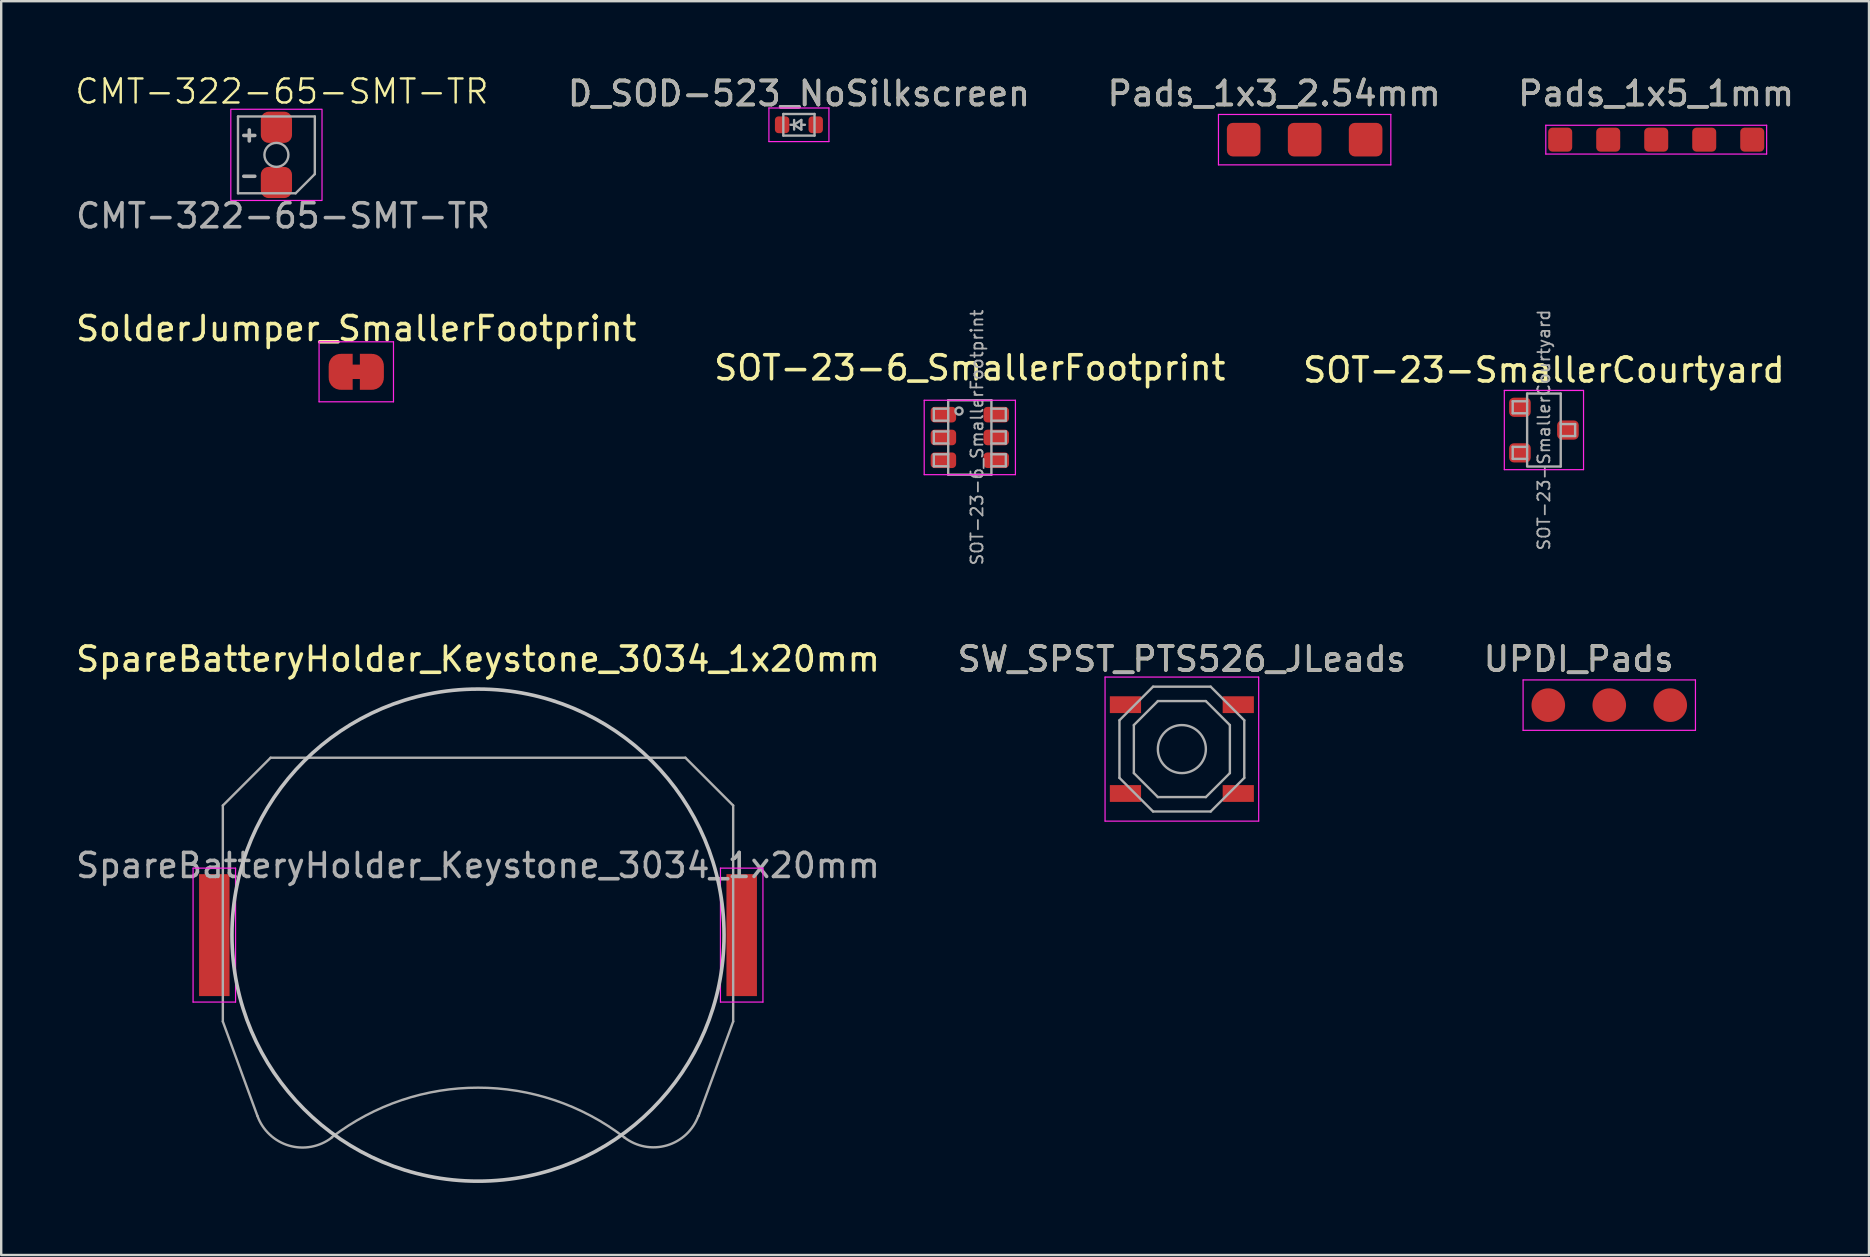
<source format=kicad_pcb>
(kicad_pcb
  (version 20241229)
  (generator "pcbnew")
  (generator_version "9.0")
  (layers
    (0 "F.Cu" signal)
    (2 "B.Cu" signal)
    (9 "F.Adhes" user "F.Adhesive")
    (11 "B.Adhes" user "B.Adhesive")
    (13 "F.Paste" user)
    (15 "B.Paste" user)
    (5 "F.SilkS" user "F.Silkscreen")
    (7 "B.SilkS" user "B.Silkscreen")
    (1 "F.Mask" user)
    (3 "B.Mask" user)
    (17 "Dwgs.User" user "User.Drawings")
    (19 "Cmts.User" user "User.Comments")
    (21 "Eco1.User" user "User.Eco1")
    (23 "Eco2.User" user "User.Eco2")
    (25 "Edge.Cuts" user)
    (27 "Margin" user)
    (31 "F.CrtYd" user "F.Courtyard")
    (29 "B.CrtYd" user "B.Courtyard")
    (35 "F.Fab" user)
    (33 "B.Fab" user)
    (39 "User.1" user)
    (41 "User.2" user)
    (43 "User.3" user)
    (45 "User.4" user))
  (footprint "SolderJumper_SmallerFootprint"
    (layer "F.Cu")
    (at 11.792 12.439)
    (property "Reference" "SolderJumper_SmallerFootprint" (at 0 -1.8 180) (layer "F.SilkS") (effects (font (size 1 1) (thickness 0.15))))
    (attr exclude_from_pos_files exclude_from_bom)
    (fp_poly (pts (xy 0.25 -0.3) (xy -0.25 -0.3) (xy -0.25 0.3) (xy 0.25 0.3)) (stroke (width 0) (type solid)) (fill yes) (layer "F.Cu"))
    (fp_line (start -1.55 -1.25) (end -1.55 1.25) (stroke (width 0.05) (type solid)) (layer "F.CrtYd"))
    (fp_line (start -1.55 -1.25) (end 1.55 -1.25) (stroke (width 0.05) (type solid)) (layer "F.CrtYd"))
    (fp_line (start 1.55 1.25) (end -1.55 1.25) (stroke (width 0.05) (type solid)) (layer "F.CrtYd"))
    (fp_line (start 1.55 1.25) (end 1.55 -1.25) (stroke (width 0.05) (type solid)) (layer "F.CrtYd"))
    (pad "1" smd custom (at -0.65 0) (size 1 0.5) (layers "F.Cu" "F.Mask") (options (anchor rect)) (primitives (gr_circle (center 0 0.25) (end 0.5 0.25) (width 0) (fill yes)) (gr_circle (center 0 -0.25) (end 0.5 -0.25) (width 0) (fill yes)) (gr_poly (pts (xy 0.5 0.75) (xy 0 0.75) (xy 0 -0.75) (xy 0.5 -0.75)) (width 0) (fill yes))))
    (pad "2" smd custom (at 0.65 0) (size 1 0.5) (layers "F.Cu" "F.Mask") (options (anchor rect)) (primitives (gr_circle (center 0 0.25) (end 0.5 0.25) (width 0) (fill yes)) (gr_circle (center 0 -0.25) (end 0.5 -0.25) (width 0) (fill yes)) (gr_poly (pts (xy 0 0.75) (xy -0.5 0.75) (xy -0.5 -0.75) (xy 0 -0.75)) (width 0) (fill yes)))))
  (footprint "SOT-23-SmallerCourtyard"
    (layer "F.Cu")
    (at 61.268 14.865)
    (property "Reference" "SOT-23-SmallerCourtyard" (at 0 -2.5 0) (layer "F.SilkS") (effects (font (size 1 1) (thickness 0.15))))
    (attr smd)
    (fp_line (start -1.65 -1.65) (end 1.65 -1.65) (stroke (width 0.05) (type solid)) (layer "F.CrtYd"))
    (fp_line (start -1.65 1.65) (end -1.65 -1.65) (stroke (width 0.05) (type solid)) (layer "F.CrtYd"))
    (fp_line (start 1.65 -1.65) (end 1.65 1.65) (stroke (width 0.05) (type solid)) (layer "F.CrtYd"))
    (fp_line (start 1.65 1.65) (end -1.65 1.65) (stroke (width 0.05) (type solid)) (layer "F.CrtYd"))
    (fp_line (start -1.3 -1.2) (end -1.3 -0.7) (stroke (width 0.1) (type solid)) (layer "F.Fab"))
    (fp_line (start -1.3 0.7) (end -1.3 1.2) (stroke (width 0.1) (type solid)) (layer "F.Fab"))
    (fp_line (start -1.3 1.2) (end -0.7 1.2) (stroke (width 0.1) (type solid)) (layer "F.Fab"))
    (fp_line (start -1.3 -0.7) (end -0.7 -0.7) (stroke (width 0.1) (type solid)) (layer "F.Fab"))
    (fp_line (start -0.7 1.52) (end 0.7 1.52) (stroke (width 0.1) (type solid)) (layer "F.Fab"))
    (fp_line (start -0.7 -1.52) (end -0.7 1.5) (stroke (width 0.1) (type solid)) (layer "F.Fab"))
    (fp_line (start -0.7 -1.52) (end 0.7 -1.52) (stroke (width 0.1) (type solid)) (layer "F.Fab"))
    (fp_line (start -0.7 -1.2) (end -1.3 -1.2) (stroke (width 0.1) (type solid)) (layer "F.Fab"))
    (fp_line (start -0.7 0.7) (end -1.3 0.7) (stroke (width 0.1) (type solid)) (layer "F.Fab"))
    (fp_line (start 0.7 -1.52) (end 0.7 1.52) (stroke (width 0.1) (type solid)) (layer "F.Fab"))
    (fp_line (start 0.7 0.25) (end 1.3 0.25) (stroke (width 0.1) (type solid)) (layer "F.Fab"))
    (fp_line (start 1.3 -0.25) (end 0.7 -0.25) (stroke (width 0.1) (type solid)) (layer "F.Fab"))
    (fp_line (start 1.3 0.25) (end 1.3 -0.25) (stroke (width 0.1) (type solid)) (layer "F.Fab"))
    (fp_text user "${REFERENCE}" (at 0 0 90) (layer "F.Fab") (effects (font (size 0.5 0.5) (thickness 0.075))))
    (pad "1" smd roundrect (at -1 -0.95) (size 0.9 0.8) (layers "F.Cu" "F.Mask" "F.Paste") (roundrect_rratio 0.25))
    (pad "2" smd roundrect (at -1 0.95) (size 0.9 0.8) (layers "F.Cu" "F.Mask" "F.Paste") (roundrect_rratio 0.25))
    (pad "3" smd roundrect (at 1 0) (size 0.9 0.8) (layers "F.Cu" "F.Mask" "F.Paste") (roundrect_rratio 0.25)))
  (footprint "Pads_1x3_2.54mm"
    (layer "F.Cu")
    (at 48.76 2.768)
    (property "Reference" "Pads_1x3_2.54mm" (at 1.27 -1.92 0) (layer "F.SilkS") (effects (font (size 1 1) (thickness 0.15))))
    (attr smd)
    (fp_line (start -1.05 -1.05) (end -1.05 1.05) (stroke (width 0.05) (type solid)) (layer "F.CrtYd"))
    (fp_line (start -1.05 1.05) (end 6.13 1.05) (stroke (width 0.05) (type solid)) (layer "F.CrtYd"))
    (fp_line (start 6.13 -1.05) (end -1.05 -1.05) (stroke (width 0.05) (type solid)) (layer "F.CrtYd"))
    (fp_line (start 6.13 1.05) (end 6.13 -1.05) (stroke (width 0.05) (type solid)) (layer "F.CrtYd"))
    (fp_text user "${REFERENCE}" (at 1.27 -1.92 0) (layer "F.Fab") (effects (font (size 1 1) (thickness 0.15))))
    (pad "1" smd roundrect (at 0 0) (size 1.4 1.4) (layers "F.Cu" "F.Mask") (roundrect_rratio 0.179))
    (pad "2" smd roundrect (at 2.54 0) (size 1.4 1.4) (layers "F.Cu" "F.Mask") (roundrect_rratio 0.179))
    (pad "3" smd roundrect (at 5.08 0) (size 1.4 1.4) (layers "F.Cu" "F.Mask") (roundrect_rratio 0.179)))
  (footprint "Pads_1x5_1mm"
    (layer "F.Cu")
    (at 65.946 2.768)
    (property "Reference" "Pads_1x5_1mm" (at 0 -1.92 180) (layer "F.SilkS") (effects (font (size 1 1) (thickness 0.15))))
    (attr through_hole)
    (fp_line (start -4.6 -0.6) (end -4.6 0.6) (stroke (width 0.05) (type solid)) (layer "F.CrtYd"))
    (fp_line (start -4.6 0.6) (end 4.6 0.6) (stroke (width 0.05) (type solid)) (layer "F.CrtYd"))
    (fp_line (start 4.6 -0.6) (end -4.6 -0.6) (stroke (width 0.05) (type solid)) (layer "F.CrtYd"))
    (fp_line (start 4.6 0.6) (end 4.6 -0.6) (stroke (width 0.05) (type solid)) (layer "F.CrtYd"))
    (fp_text user "${REFERENCE}" (at 0 -1.92 180) (layer "F.Fab") (effects (font (size 1 1) (thickness 0.15))))
    (pad "1" smd roundrect (at -4 0) (size 1 1) (layers "F.Cu" "F.Mask") (roundrect_rratio 0.179))
    (pad "2" smd roundrect (at -2 0) (size 1 1) (layers "F.Cu" "F.Mask") (roundrect_rratio 0.179))
    (pad "3" smd roundrect (at 0 0) (size 1 1) (layers "F.Cu" "F.Mask") (roundrect_rratio 0.179))
    (pad "4" smd roundrect (at 2 0) (size 1 1) (layers "F.Cu" "F.Mask") (roundrect_rratio 0.179))
    (pad "5" smd roundrect (at 4 0) (size 1 1) (layers "F.Cu" "F.Mask") (roundrect_rratio 0.179)))
  (footprint "CMT-322-65-SMT-TR"
    (layer "F.Cu")
    (at 8.465 3.402)
    (property "Reference" "CMT-322-65-SMT-TR" (at 0.229 -2.642 0) (unlocked yes) (layer "F.SilkS") (effects (font (size 1 1) (thickness 0.1))))
    (attr smd)
    (fp_rect (start -1.9 -1.9) (end 1.9 1.9) (stroke (width 0.05) (type default)) (fill no) (layer "F.CrtYd"))
    (fp_line (start -1.6 1.6) (end -1.6 -1.6) (stroke (width 0.1) (type default)) (layer "F.Fab"))
    (fp_line (start 0.8 1.6) (end -1.6 1.6) (stroke (width 0.1) (type default)) (layer "F.Fab"))
    (fp_line (start 1.6 -1.6) (end -1.6 -1.6) (stroke (width 0.1) (type default)) (layer "F.Fab"))
    (fp_line (start 1.6 0.8) (end 0.8 1.6) (stroke (width 0.1) (type default)) (layer "F.Fab"))
    (fp_line (start 1.6 0.8) (end 1.6 -1.6) (stroke (width 0.1) (type default)) (layer "F.Fab"))
    (fp_circle (center 0 0) (end 0.5 0) (stroke (width 0.1) (type default)) (fill no) (layer "F.Fab"))
    (fp_text user "${REFERENCE}" (at 0.279 2.54 0) (unlocked yes) (layer "F.Fab") (effects (font (size 1 1) (thickness 0.15))))
    (fp_text user "+" (at -1.6 -0.5 0) (unlocked yes) (layer "F.Fab") (effects (font (size 0.6 0.6) (thickness 0.15)) (justify left bottom)))
    (fp_text user "-" (at -1.6 1.2 0) (unlocked yes) (layer "F.Fab") (effects (font (size 0.6 0.6) (thickness 0.15)) (justify left bottom)))
    (pad "1" smd roundrect (at 0 -1.15) (size 1.3 1.3) (layers "F.Cu" "F.Mask" "F.Paste") (roundrect_rratio 0.25))
    (pad "2" smd roundrect (at 0 1.15) (size 1.3 1.3) (layers "F.Cu" "F.Mask" "F.Paste") (roundrect_rratio 0.25)))
  (footprint "SW_SPST_PTS526_JLeads"
    (layer "F.Cu")
    (at 46.185 28.156)
    (property "Reference" "SW_SPST_PTS526_JLeads" (at 0 -3.75 0) (layer "F.SilkS") (effects (font (size 1 1) (thickness 0.15))))
    (attr smd)
    (fp_line (start -3.2 -3) (end 3.2 -3) (stroke (width 0.05) (type solid)) (layer "F.CrtYd"))
    (fp_line (start -3.2 3) (end -3.2 -3) (stroke (width 0.05) (type solid)) (layer "F.CrtYd"))
    (fp_line (start 3.2 -3) (end 3.2 3) (stroke (width 0.05) (type solid)) (layer "F.CrtYd"))
    (fp_line (start 3.2 3) (end -3.2 3) (stroke (width 0.05) (type solid)) (layer "F.CrtYd"))
    (fp_line (start -2.6 -1.2) (end -2.6 1.2) (stroke (width 0.1) (type solid)) (layer "F.Fab"))
    (fp_line (start -2.6 1.2) (end -1.2 2.6) (stroke (width 0.1) (type solid)) (layer "F.Fab"))
    (fp_line (start -2 -1) (end -1 -2) (stroke (width 0.1) (type solid)) (layer "F.Fab"))
    (fp_line (start -2 1) (end -2 -1) (stroke (width 0.1) (type solid)) (layer "F.Fab"))
    (fp_line (start -1.2 -2.6) (end -2.6 -1.2) (stroke (width 0.1) (type solid)) (layer "F.Fab"))
    (fp_line (start -1.2 2.6) (end 1.2 2.6) (stroke (width 0.1) (type solid)) (layer "F.Fab"))
    (fp_line (start -1 -2) (end 1 -2) (stroke (width 0.1) (type solid)) (layer "F.Fab"))
    (fp_line (start -1 2) (end -2 1) (stroke (width 0.1) (type solid)) (layer "F.Fab"))
    (fp_line (start 1 -2) (end 2 -1) (stroke (width 0.1) (type solid)) (layer "F.Fab"))
    (fp_line (start 1 2) (end -1 2) (stroke (width 0.1) (type solid)) (layer "F.Fab"))
    (fp_line (start 1.2 -2.6) (end -1.2 -2.6) (stroke (width 0.1) (type solid)) (layer "F.Fab"))
    (fp_line (start 1.2 2.6) (end 2.6 1.2) (stroke (width 0.1) (type solid)) (layer "F.Fab"))
    (fp_line (start 2 -1) (end 2 1) (stroke (width 0.1) (type solid)) (layer "F.Fab"))
    (fp_line (start 2 1) (end 1 2) (stroke (width 0.1) (type solid)) (layer "F.Fab"))
    (fp_line (start 2.6 -1.2) (end 1.2 -2.6) (stroke (width 0.1) (type solid)) (layer "F.Fab"))
    (fp_line (start 2.6 1.2) (end 2.6 -1.2) (stroke (width 0.1) (type solid)) (layer "F.Fab"))
    (fp_circle (center 0 0) (end 1 0) (stroke (width 0.1) (type solid)) (fill no) (layer "F.Fab"))
    (fp_text user "${REFERENCE}" (at 0 -3.75 0) (layer "F.Fab") (effects (font (size 1 1) (thickness 0.15))))
    (pad "1" smd rect (at -2.35 -1.85) (size 1.3 0.7) (layers "F.Cu" "F.Mask" "F.Paste"))
    (pad "1" smd rect (at 2.35 -1.85) (size 1.3 0.7) (layers "F.Cu" "F.Mask" "F.Paste"))
    (pad "2" smd rect (at -2.35 1.85) (size 1.3 0.7) (layers "F.Cu" "F.Mask" "F.Paste"))
    (pad "2" smd rect (at 2.35 1.85) (size 1.3 0.7) (layers "F.Cu" "F.Mask" "F.Paste")))
  (footprint "UPDI_Pads"
    (layer "F.Cu")
    (at 61.45 26.326)
    (property "Reference" "UPDI_Pads" (at 1.27 -1.92 0) (layer "F.SilkS") (effects (font (size 1 1) (thickness 0.15))))
    (attr smd)
    (fp_line (start -1.05 -1.05) (end -1.05 1.05) (stroke (width 0.05) (type solid)) (layer "F.CrtYd"))
    (fp_line (start -1.05 1.05) (end 6.13 1.05) (stroke (width 0.05) (type solid)) (layer "F.CrtYd"))
    (fp_line (start 6.13 -1.05) (end -1.05 -1.05) (stroke (width 0.05) (type solid)) (layer "F.CrtYd"))
    (fp_line (start 6.13 1.05) (end 6.13 -1.05) (stroke (width 0.05) (type solid)) (layer "F.CrtYd"))
    (fp_text user "${REFERENCE}" (at 1.27 -1.92 0) (layer "F.Fab") (effects (font (size 1 1) (thickness 0.15))))
    (pad "1" smd circle (at 0 0) (size 1.4 1.4) (layers "F.Cu" "F.Mask"))
    (pad "2" smd circle (at 2.54 0) (size 1.4 1.4) (layers "F.Cu" "F.Mask"))
    (pad "3" smd circle (at 5.08 0) (size 1.4 1.4) (layers "F.Cu" "F.Mask")))
  (footprint "D_SOD-523_NoSilkscreen"
    (layer "F.Cu")
    (at 30.232 2.148)
    (property "Reference" "D_SOD-523_NoSilkscreen" (at 0.000001 -1.3 0) (layer "F.SilkS") (effects (font (size 1 1) (thickness 0.15))))
    (attr smd)
    (fp_line (start -1.25 -0.7) (end 1.25 -0.7) (stroke (width 0.05) (type solid)) (layer "F.CrtYd"))
    (fp_line (start -1.25 0.7) (end -1.25 -0.7) (stroke (width 0.05) (type solid)) (layer "F.CrtYd"))
    (fp_line (start 1.25 -0.7) (end 1.25 0.7) (stroke (width 0.05) (type solid)) (layer "F.CrtYd"))
    (fp_line (start 1.25 0.7) (end -1.25 0.7) (stroke (width 0.05) (type solid)) (layer "F.CrtYd"))
    (fp_line (start -0.65 -0.45) (end 0.65 -0.45) (stroke (width 0.1) (type solid)) (layer "F.Fab"))
    (fp_line (start -0.65 0.45) (end -0.65 -0.45) (stroke (width 0.1) (type solid)) (layer "F.Fab"))
    (fp_line (start -0.2 -0.000001) (end -0.35 0.000001) (stroke (width 0.1) (type solid)) (layer "F.Fab"))
    (fp_line (start -0.2 -0.000001) (end 0.1 0.2) (stroke (width 0.1) (type solid)) (layer "F.Fab"))
    (fp_line (start -0.2 0.2) (end -0.2 -0.2) (stroke (width 0.1) (type solid)) (layer "F.Fab"))
    (fp_line (start 0.1 0.2) (end 0.1 -0.2) (stroke (width 0.1) (type solid)) (layer "F.Fab"))
    (fp_line (start 0.1 0.000001) (end 0.25 0) (stroke (width 0.1) (type solid)) (layer "F.Fab"))
    (fp_line (start 0.1 -0.2) (end -0.2 -0.000001) (stroke (width 0.1) (type solid)) (layer "F.Fab"))
    (fp_line (start 0.65 -0.45) (end 0.65 0.45) (stroke (width 0.1) (type solid)) (layer "F.Fab"))
    (fp_line (start 0.65 0.45) (end -0.65 0.45) (stroke (width 0.1) (type solid)) (layer "F.Fab"))
    (fp_text user "${REFERENCE}" (at 0.000001 -1.3 0) (layer "F.Fab") (effects (font (size 1 1) (thickness 0.15))))
    (pad "1" smd roundrect (at -0.7 0 180) (size 0.6 0.7) (layers "F.Cu" "F.Mask" "F.Paste") (roundrect_rratio 0.25))
    (pad "2" smd roundrect (at 0.7 0 180) (size 0.6 0.7) (layers "F.Cu" "F.Mask" "F.Paste") (roundrect_rratio 0.25)))
  (footprint "SOT-23-6_SmallerFootprint"
    (layer "F.Cu")
    (at 37.351 15.174)
    (property "Reference" "SOT-23-6_SmallerFootprint" (at 0 -2.9 180) (layer "F.SilkS") (effects (font (size 1 1) (thickness 0.15))))
    (attr smd)
    (fp_line (start -1.9 -1.55) (end -1.9 1.55) (stroke (width 0.05) (type solid)) (layer "F.CrtYd"))
    (fp_line (start -1.9 1.55) (end 1.9 1.55) (stroke (width 0.05) (type solid)) (layer "F.CrtYd"))
    (fp_line (start 1.9 -1.55) (end -1.9 -1.55) (stroke (width 0.05) (type solid)) (layer "F.CrtYd"))
    (fp_line (start 1.9 1.55) (end 1.9 -1.55) (stroke (width 0.05) (type solid)) (layer "F.CrtYd"))
    (fp_line (start -1.5 -1.2) (end -1.5 -0.7) (stroke (width 0.1) (type solid)) (layer "F.Fab"))
    (fp_line (start -1.5 -0.7) (end -0.9 -0.7) (stroke (width 0.1) (type solid)) (layer "F.Fab"))
    (fp_line (start -1.5 -0.25) (end -1.5 0.25) (stroke (width 0.1) (type solid)) (layer "F.Fab"))
    (fp_line (start -1.5 0.25) (end -0.9 0.25) (stroke (width 0.1) (type solid)) (layer "F.Fab"))
    (fp_line (start -1.5 0.7) (end -1.5 1.2) (stroke (width 0.1) (type solid)) (layer "F.Fab"))
    (fp_line (start -1.5 1.2) (end -0.9 1.2) (stroke (width 0.1) (type solid)) (layer "F.Fab"))
    (fp_line (start -0.9 -1.55) (end -0.9 1.55) (stroke (width 0.1) (type solid)) (layer "F.Fab"))
    (fp_line (start -0.9 -1.2) (end -1.5 -1.2) (stroke (width 0.1) (type solid)) (layer "F.Fab"))
    (fp_line (start -0.9 -0.25) (end -1.5 -0.25) (stroke (width 0.1) (type solid)) (layer "F.Fab"))
    (fp_line (start -0.9 0.7) (end -1.5 0.7) (stroke (width 0.1) (type solid)) (layer "F.Fab"))
    (fp_line (start 0.9 -1.55) (end -0.9 -1.55) (stroke (width 0.1) (type solid)) (layer "F.Fab"))
    (fp_line (start 0.9 -1.55) (end 0.9 1.55) (stroke (width 0.1) (type solid)) (layer "F.Fab"))
    (fp_line (start 0.9 -0.7) (end 1.5 -0.7) (stroke (width 0.1) (type solid)) (layer "F.Fab"))
    (fp_line (start 0.9 0.25) (end 1.5 0.25) (stroke (width 0.1) (type solid)) (layer "F.Fab"))
    (fp_line (start 0.9 1.2) (end 1.5 1.2) (stroke (width 0.1) (type solid)) (layer "F.Fab"))
    (fp_line (start 0.9 1.55) (end -0.9 1.55) (stroke (width 0.1) (type solid)) (layer "F.Fab"))
    (fp_line (start 1.5 -1.2) (end 0.9 -1.2) (stroke (width 0.1) (type solid)) (layer "F.Fab"))
    (fp_line (start 1.5 -0.7) (end 1.5 -1.2) (stroke (width 0.1) (type solid)) (layer "F.Fab"))
    (fp_line (start 1.5 -0.25) (end 0.9 -0.25) (stroke (width 0.1) (type solid)) (layer "F.Fab"))
    (fp_line (start 1.5 0.25) (end 1.5 -0.25) (stroke (width 0.1) (type solid)) (layer "F.Fab"))
    (fp_line (start 1.5 0.7) (end 0.9 0.7) (stroke (width 0.1) (type solid)) (layer "F.Fab"))
    (fp_line (start 1.5 1.2) (end 1.5 0.7) (stroke (width 0.1) (type solid)) (layer "F.Fab"))
    (fp_circle (center -0.45 -1.1) (end -0.3 -1.1) (stroke (width 0.1) (type solid)) (fill no) (layer "F.Fab"))
    (fp_text user "${REFERENCE}" (at 0.3 0 270) (layer "F.Fab") (effects (font (size 0.5 0.5) (thickness 0.075))))
    (pad "1" smd roundrect (at -1.1 -0.95) (size 1.06 0.65) (layers "F.Cu" "F.Mask" "F.Paste") (roundrect_rratio 0.25))
    (pad "2" smd roundrect (at -1.1 0) (size 1.06 0.65) (layers "F.Cu" "F.Mask" "F.Paste") (roundrect_rratio 0.25))
    (pad "3" smd roundrect (at -1.1 0.95) (size 1.06 0.65) (layers "F.Cu" "F.Mask" "F.Paste") (roundrect_rratio 0.25))
    (pad "4" smd roundrect (at 1.1 0.95) (size 1.06 0.65) (layers "F.Cu" "F.Mask" "F.Paste") (roundrect_rratio 0.25))
    (pad "5" smd roundrect (at 1.1 0) (size 1.06 0.65) (layers "F.Cu" "F.Mask" "F.Paste") (roundrect_rratio 0.25))
    (pad "6" smd roundrect (at 1.1 -0.95) (size 1.06 0.65) (layers "F.Cu" "F.Mask" "F.Paste") (roundrect_rratio 0.25)))
  (footprint "SpareBatteryHolder_Keystone_3034_1x20mm"
    (layer "F.Cu")
    (at 16.863 35.906)
    (property "Reference" "SpareBatteryHolder_Keystone_3034_1x20mm" (at 0 -11.5 0) (layer "F.SilkS") (effects (font (size 1 1) (thickness 0.15))))
    (attr smd)
    (fp_circle (center 0 0) (end 0 10.25) (stroke (width 0.15) (type solid)) (fill no) (layer "Dwgs.User"))
    (fp_line (start -11.87 -2.79) (end -11.87 2.79) (stroke (width 0.05) (type solid)) (layer "F.CrtYd"))
    (fp_line (start -11.87 2.79) (end -10.1 2.79) (stroke (width 0.05) (type solid)) (layer "F.CrtYd"))
    (fp_line (start -10.1 -2.79) (end -11.87 -2.79) (stroke (width 0.05) (type solid)) (layer "F.CrtYd"))
    (fp_line (start -10.1 -2.79) (end -10.1 2.79) (stroke (width 0.05) (type solid)) (layer "F.CrtYd"))
    (fp_line (start 10.1 -2.79) (end 11.87 -2.79) (stroke (width 0.05) (type solid)) (layer "F.CrtYd"))
    (fp_line (start 10.1 2.79) (end 10.1 -2.79) (stroke (width 0.05) (type solid)) (layer "F.CrtYd"))
    (fp_line (start 10.1 2.79) (end 11.87 2.79) (stroke (width 0.05) (type solid)) (layer "F.CrtYd"))
    (fp_line (start 11.87 2.79) (end 11.87 -2.79) (stroke (width 0.05) (type solid)) (layer "F.CrtYd"))
    (fp_line (start -10.63 -5.4) (end -8.64 -7.39) (stroke (width 0.1) (type solid)) (layer "F.Fab"))
    (fp_line (start -10.63 3.6) (end -10.63 -5.4) (stroke (width 0.1) (type solid)) (layer "F.Fab"))
    (fp_line (start -9.19 7.53) (end -10.63 3.6) (stroke (width 0.1) (type solid)) (layer "F.Fab"))
    (fp_line (start -8.64 -7.39) (end 8.64 -7.39) (stroke (width 0.1) (type solid)) (layer "F.Fab"))
    (fp_line (start 8.64 -7.39) (end 10.63 -5.4) (stroke (width 0.1) (type solid)) (layer "F.Fab"))
    (fp_line (start 10.63 -5.4) (end 10.63 3.6) (stroke (width 0.1) (type solid)) (layer "F.Fab"))
    (fp_line (start 10.63 3.6) (end 9.19 7.53) (stroke (width 0.1) (type solid)) (layer "F.Fab"))
    (fp_arc (start -6.096146 8.438508) (mid -7.87328 8.768206) (end -9.19 7.53) (stroke (width 0.1) (type solid)) (layer "F.Fab"))
    (fp_arc (start -6.094852 8.426043) (mid 0.003247 6.355257) (end 6.1 8.43) (stroke (width 0.1) (type solid)) (layer "F.Fab"))
    (fp_arc (start 9.180727 7.528882) (mid 7.868698 8.760067) (end 6.1 8.43) (stroke (width 0.1) (type solid)) (layer "F.Fab"))
    (fp_text user "${REFERENCE}" (at 0 -2.9 0) (layer "F.Fab") (effects (font (size 1 1) (thickness 0.15))))
    (pad "1" smd rect (at -10.985 0) (size 1.27 5.08) (layers "F.Cu" "F.Mask" "F.Paste"))
    (pad "2" smd rect (at 10.985 0) (size 1.27 5.08) (layers "F.Cu" "F.Mask" "F.Paste")))
  (gr_rect
    (start -3 -3)
    (end 74.81 49.231)
    (stroke (width 0.1) (type default))
    (fill no)
    (layer "Edge.Cuts")))
</source>
